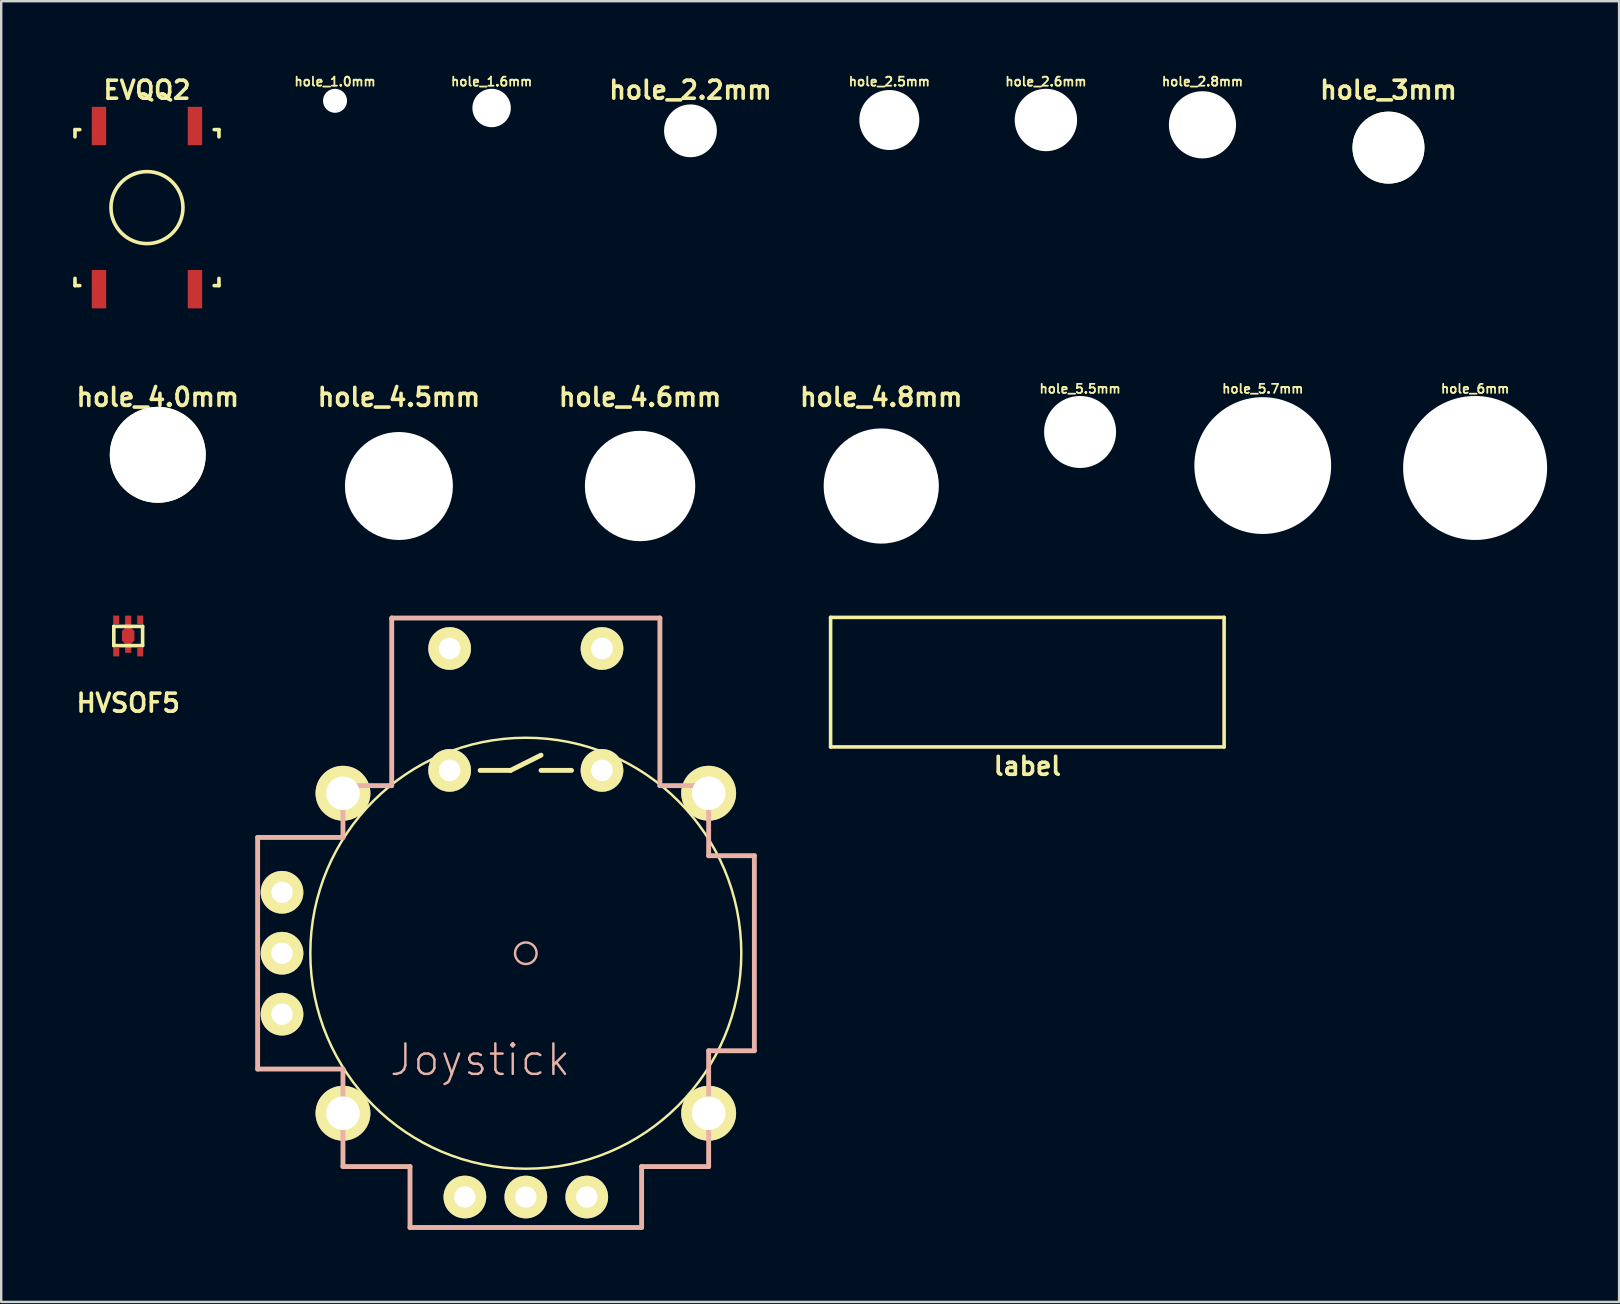
<source format=kicad_pcb>
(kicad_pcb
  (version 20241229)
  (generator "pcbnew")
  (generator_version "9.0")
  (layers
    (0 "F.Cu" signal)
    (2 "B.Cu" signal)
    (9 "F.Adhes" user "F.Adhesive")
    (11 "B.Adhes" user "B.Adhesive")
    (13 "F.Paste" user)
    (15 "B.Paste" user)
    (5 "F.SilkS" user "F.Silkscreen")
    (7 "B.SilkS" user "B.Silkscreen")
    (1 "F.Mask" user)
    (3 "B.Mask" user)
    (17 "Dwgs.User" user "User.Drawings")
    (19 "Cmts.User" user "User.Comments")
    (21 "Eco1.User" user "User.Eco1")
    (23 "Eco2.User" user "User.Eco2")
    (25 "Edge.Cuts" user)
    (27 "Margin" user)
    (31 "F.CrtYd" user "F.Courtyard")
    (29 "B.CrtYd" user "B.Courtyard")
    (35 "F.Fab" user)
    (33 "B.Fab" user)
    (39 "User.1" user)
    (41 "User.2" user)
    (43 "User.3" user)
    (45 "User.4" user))
  (footprint "hole_5.7mm"
    (layer "F.Cu")
    (at 49.575 16.353)
    (property "Reference" "hole_5.7mm" (at 0 -3.2 0) (layer "F.SilkS") (effects (font (size 0.375 0.375) (thickness 0.075))))
    (attr exclude_from_pos_files exclude_from_bom)
    (pad "" np_thru_hole circle (at 0 0) (size 5.7 5.7) (drill 5.7) (layers "*.Cu" "*.Mask")))
  (footprint "hole_1.6mm"
    (layer "F.Cu")
    (at 17.438 1.451)
    (property "Reference" "hole_1.6mm" (at 0 -1.1 0) (layer "F.SilkS") (effects (font (size 0.375 0.375) (thickness 0.075))))
    (attr exclude_from_pos_files exclude_from_bom)
    (pad "" np_thru_hole circle (at 0 0) (size 1.6 1.6) (drill 1.6) (layers "*.Cu" "*.Mask")))
  (footprint "hole_4.0mm"
    (layer "F.Cu")
    (at 3.525 15.904)
    (property "Reference" "hole_4.0mm" (at 0 -2.4 0) (layer "F.SilkS") (effects (font (size 0.75 0.75) (thickness 0.15))))
    (attr exclude_from_pos_files exclude_from_bom)
    (pad "" np_thru_hole circle (at 0 0) (size 4 4) (drill 4) (layers "*.Cu" "*.Mask" "F.SilkS")))
  (footprint "hole_2.5mm"
    (layer "F.Cu")
    (at 34.013 1.951)
    (property "Reference" "hole_2.5mm" (at 0 -1.6 0) (layer "F.SilkS") (effects (font (size 0.375 0.375) (thickness 0.075))))
    (attr exclude_from_pos_files exclude_from_bom)
    (pad "" np_thru_hole circle (at 0 0) (size 2.5 2.5) (drill 2.5) (layers "*.Cu" "*.Mask")))
  (footprint "hole_4.8mm"
    (layer "F.Cu")
    (at 33.675 17.204)
    (property "Reference" "hole_4.8mm" (at 0 -3.7 0) (layer "F.SilkS") (effects (font (size 0.75 0.75) (thickness 0.15))))
    (attr exclude_from_pos_files exclude_from_bom)
    (pad "" np_thru_hole circle (at 0 0) (size 4.8 4.8) (drill 4.8) (layers "*.Cu" "*.Mask")))
  (footprint "hole_2.8mm"
    (layer "F.Cu")
    (at 47.063 2.151)
    (property "Reference" "hole_2.8mm" (at 0 -1.8 0) (layer "F.SilkS") (effects (font (size 0.375 0.375) (thickness 0.075))))
    (attr exclude_from_pos_files exclude_from_bom)
    (pad "" np_thru_hole circle (at 0 0) (size 2.8 2.8) (drill 2.8) (layers "*.Cu" "*.Mask")))
  (footprint "hole_2.6mm"
    (layer "F.Cu")
    (at 40.538 1.951)
    (property "Reference" "hole_2.6mm" (at 0 -1.6 0) (layer "F.SilkS") (effects (font (size 0.375 0.375) (thickness 0.075))))
    (attr exclude_from_pos_files exclude_from_bom)
    (pad "" np_thru_hole circle (at 0 0) (size 2.6 2.6) (drill 2.6) (layers "*.Cu" "*.Mask")))
  (footprint "hole_3mm"
    (layer "F.Cu")
    (at 54.814 3.102)
    (property "Reference" "hole_3mm" (at 0 -2.4 0) (layer "F.SilkS") (effects (font (size 0.75 0.75) (thickness 0.15))))
    (attr exclude_from_pos_files exclude_from_bom)
    (pad "" np_thru_hole circle (at 0 0) (size 3 3) (drill 3) (layers "*.Cu" "*.Mask" "F.SilkS")))
  (footprint "hole_1.0mm"
    (layer "F.Cu")
    (at 10.912 1.151)
    (property "Reference" "hole_1.0mm" (at 0 -0.8 0) (layer "F.SilkS") (effects (font (size 0.375 0.375) (thickness 0.075))))
    (attr exclude_from_pos_files exclude_from_bom)
    (pad "" np_thru_hole circle (at 0 0) (size 1 1) (drill 1) (layers "*.Cu" "*.Mask")))
  (footprint "hole_6mm"
    (layer "F.Cu")
    (at 58.425 16.453)
    (property "Reference" "hole_6mm" (at 0 -3.3 0) (layer "F.SilkS") (effects (font (size 0.375 0.375) (thickness 0.075))))
    (attr exclude_from_pos_files exclude_from_bom)
    (pad "" np_thru_hole circle (at 0 0) (size 6 6) (drill 6) (layers "*.Cu" "*.Mask")))
  (footprint "label"
    (layer "F.Cu")
    (at 39.765 25.379)
    (property "Reference" "label" (at 0 3.5 0) (layer "F.SilkS") (effects (font (size 0.75 0.75) (thickness 0.15))))
    (attr through_hole)
    (fp_line (start -8.2 -2.7) (end -8.2 2.7) (stroke (width 0.15) (type solid)) (layer "F.SilkS"))
    (fp_line (start -8.2 -2.7) (end 8.2 -2.7) (stroke (width 0.15) (type solid)) (layer "F.SilkS"))
    (fp_line (start -8.2 2.7) (end 8.2 2.7) (stroke (width 0.15) (type solid)) (layer "F.SilkS"))
    (fp_line (start 8.2 -2.7) (end 8.2 2.7) (stroke (width 0.15) (type solid)) (layer "F.SilkS")))
  (footprint "hole_4.6mm"
    (layer "F.Cu")
    (at 23.625 17.204)
    (property "Reference" "hole_4.6mm" (at 0 -3.7 0) (layer "F.SilkS") (effects (font (size 0.75 0.75) (thickness 0.15))))
    (attr exclude_from_pos_files exclude_from_bom)
    (pad "" np_thru_hole circle (at 0 0) (size 4.6 4.6) (drill 4.6) (layers "*.Cu" "*.Mask")))
  (footprint "Joystick"
    (layer "F.Cu")
    (at 18.863 36.676)
    (property "Reference" "Joystick" (at -1.905 4.445 0) (layer "B.SilkS") (effects (font (size 1.27 1.27) (thickness 0.102))))
    (attr through_hole)
    (fp_line (start -1.905 -7.62) (end -0.635 -7.62) (stroke (width 0.203) (type solid)) (layer "F.SilkS"))
    (fp_line (start -0.635 -7.62) (end 0.635 -8.255) (stroke (width 0.203) (type solid)) (layer "F.SilkS"))
    (fp_line (start 0.635 -7.62) (end 1.905 -7.62) (stroke (width 0.203) (type solid)) (layer "F.SilkS"))
    (fp_circle (center 0 0) (end -6.35 6.35) (stroke (width 0.102) (type solid)) (fill no) (layer "F.SilkS"))
    (fp_line (start -11.176 -4.826) (end -11.176 4.826) (stroke (width 0.203) (type solid)) (layer "B.SilkS"))
    (fp_line (start -7.62 -4.826) (end -11.176 -4.826) (stroke (width 0.203) (type solid)) (layer "B.SilkS"))
    (fp_line (start -7.62 -4.826) (end -7.62 -6.985) (stroke (width 0.203) (type solid)) (layer "B.SilkS"))
    (fp_line (start -7.62 4.826) (end -11.176 4.826) (stroke (width 0.203) (type solid)) (layer "B.SilkS"))
    (fp_line (start -7.62 4.826) (end -7.62 8.89) (stroke (width 0.203) (type solid)) (layer "B.SilkS"))
    (fp_line (start -5.588 -13.97) (end -5.588 -6.985) (stroke (width 0.203) (type solid)) (layer "B.SilkS"))
    (fp_line (start -5.588 -6.985) (end -7.62 -6.985) (stroke (width 0.203) (type solid)) (layer "B.SilkS"))
    (fp_line (start -4.826 8.89) (end -7.62 8.89) (stroke (width 0.203) (type solid)) (layer "B.SilkS"))
    (fp_line (start -4.826 11.43) (end -4.826 8.89) (stroke (width 0.203) (type solid)) (layer "B.SilkS"))
    (fp_line (start 4.826 8.89) (end 7.62 8.89) (stroke (width 0.203) (type solid)) (layer "B.SilkS"))
    (fp_line (start 4.826 11.43) (end -4.826 11.43) (stroke (width 0.203) (type solid)) (layer "B.SilkS"))
    (fp_line (start 4.826 11.43) (end 4.826 8.89) (stroke (width 0.203) (type solid)) (layer "B.SilkS"))
    (fp_line (start 5.588 -13.97) (end -5.588 -13.97) (stroke (width 0.203) (type solid)) (layer "B.SilkS"))
    (fp_line (start 5.588 -13.97) (end 5.588 -6.985) (stroke (width 0.203) (type solid)) (layer "B.SilkS"))
    (fp_line (start 7.62 -6.985) (end 5.588 -6.985) (stroke (width 0.203) (type solid)) (layer "B.SilkS"))
    (fp_line (start 7.62 -4.064) (end 7.62 -6.985) (stroke (width 0.203) (type solid)) (layer "B.SilkS"))
    (fp_line (start 7.62 -4.064) (end 9.525 -4.064) (stroke (width 0.203) (type solid)) (layer "B.SilkS"))
    (fp_line (start 7.62 4.064) (end 7.62 8.89) (stroke (width 0.203) (type solid)) (layer "B.SilkS"))
    (fp_line (start 7.62 4.064) (end 9.525 4.064) (stroke (width 0.203) (type solid)) (layer "B.SilkS"))
    (fp_line (start 9.525 -4.064) (end 9.525 4.064) (stroke (width 0.203) (type solid)) (layer "B.SilkS"))
    (fp_circle (center 0 0) (end -0.318 0.318) (stroke (width 0.102) (type solid)) (fill no) (layer "B.SilkS"))
    (pad "B1A" thru_hole circle (at -3.175 -12.7) (size 1.778 1.778) (drill 0.899) (layers "*.Cu" "F.Mask" "F.SilkS" "F.Paste"))
    (pad "B1B" thru_hole circle (at 3.175 -12.7) (size 1.778 1.778) (drill 0.899) (layers "*.Cu" "F.Mask" "F.SilkS" "F.Paste"))
    (pad "B2A" thru_hole circle (at -3.175 -7.62) (size 1.778 1.778) (drill 0.899) (layers "*.Cu" "F.Mask" "F.SilkS" "F.Paste"))
    (pad "B2B" thru_hole circle (at 3.175 -7.62) (size 1.778 1.778) (drill 0.899) (layers "*.Cu" "F.Mask" "F.SilkS" "F.Paste"))
    (pad "H1" thru_hole circle (at -2.54 10.16) (size 1.778 1.778) (drill 0.889) (layers "*.Cu" "F.Mask" "F.SilkS" "F.Paste"))
    (pad "H2" thru_hole circle (at 0 10.16) (size 1.778 1.778) (drill 0.889) (layers "*.Cu" "F.Mask" "F.SilkS" "F.Paste"))
    (pad "H3" thru_hole circle (at 2.54 10.16) (size 1.778 1.778) (drill 0.889) (layers "*.Cu" "F.Mask" "F.SilkS" "F.Paste"))
    (pad "MOUN" thru_hole circle (at -7.62 -6.668) (size 2.286 2.286) (drill 1.397) (layers "*.Cu" "F.Mask" "F.SilkS" "F.Paste"))
    (pad "MOUN" thru_hole circle (at -7.62 6.668) (size 2.286 2.286) (drill 1.397) (layers "*.Cu" "F.Mask" "F.SilkS" "F.Paste"))
    (pad "MOUN" thru_hole circle (at 7.62 -6.668) (size 2.286 2.286) (drill 1.397) (layers "*.Cu" "F.Mask" "F.SilkS" "F.Paste"))
    (pad "MOUN" thru_hole circle (at 7.62 6.668) (size 2.286 2.286) (drill 1.397) (layers "*.Cu" "F.Mask" "F.SilkS" "F.Paste"))
    (pad "V1" thru_hole circle (at -10.16 -2.54) (size 1.778 1.778) (drill 0.889) (layers "*.Cu" "F.Mask" "F.SilkS" "F.Paste"))
    (pad "V2" thru_hole circle (at -10.16 0) (size 1.778 1.778) (drill 0.889) (layers "*.Cu" "F.Mask" "F.SilkS" "F.Paste"))
    (pad "V3" thru_hole circle (at -10.16 2.54) (size 1.778 1.778) (drill 0.889) (layers "*.Cu" "F.Mask" "F.SilkS" "F.Paste")))
  (footprint "hole_4.5mm"
    (layer "F.Cu")
    (at 13.575 17.204)
    (property "Reference" "hole_4.5mm" (at 0 -3.7 0) (layer "F.SilkS") (effects (font (size 0.75 0.75) (thickness 0.15))))
    (attr exclude_from_pos_files exclude_from_bom)
    (pad "" np_thru_hole circle (at 0 0) (size 4.5 4.5) (drill 4.5) (layers "*.Cu" "*.Mask")))
  (footprint "hole_2.2mm"
    (layer "F.Cu")
    (at 25.725 2.402)
    (property "Reference" "hole_2.2mm" (at 0 -1.7 0) (layer "F.SilkS") (effects (font (size 0.75 0.75) (thickness 0.15))))
    (attr exclude_from_pos_files exclude_from_bom)
    (pad "" np_thru_hole circle (at 0 0) (size 2.2 2.2) (drill 2.2) (layers "*.Cu" "*.Mask")))
  (footprint "HVSOF5"
    (layer "F.Cu")
    (at 2.293 23.454)
    (property "Reference" "HVSOF5" (at 0 2.794 0) (layer "F.SilkS") (effects (font (size 0.75 0.75) (thickness 0.15))))
    (attr smd)
    (fp_line (start -0.6 -0.4) (end -0.6 0.4) (stroke (width 0.15) (type solid)) (layer "F.SilkS"))
    (fp_line (start -0.6 0.4) (end 0.6 0.4) (stroke (width 0.15) (type solid)) (layer "F.SilkS"))
    (fp_line (start 0.6 -0.4) (end -0.6 -0.4) (stroke (width 0.15) (type solid)) (layer "F.SilkS"))
    (fp_line (start 0.6 -0.4) (end 0.6 0.4) (stroke (width 0.15) (type solid)) (layer "F.SilkS"))
    (pad "1" smd rect (at 0.5 -0.675 180) (size 0.25 0.35) (layers "F.Cu" "F.Mask" "F.Paste"))
    (pad "2" smd custom (at 0 0) (size 0.25 0.35) (layers "F.Cu" "F.Mask" "F.Paste") (options (anchor rect)) (primitives (gr_poly (pts (xy 0 -0.85) (xy -0.13 -0.85) (xy -0.13 -0.33) (xy -0.26 -0.21) (xy -0.26 0.19) (xy -0.13 0.32) (xy -0.13 0.7) (xy 0.13 0.7) (xy 0.13 0.32) (xy 0.26 0.19) (xy 0.26 -0.21) (xy 0.13 -0.33) (xy 0.13 -0.85)) (width 0) (fill yes))))
    (pad "3" smd rect (at -0.5 -0.675 180) (size 0.25 0.35) (layers "F.Cu" "F.Mask" "F.Paste"))
    (pad "4" smd rect (at -0.5 0.675) (size 0.25 0.35) (layers "F.Cu" "F.Mask" "F.Paste"))
    (pad "5" smd rect (at 0.5 0.675) (size 0.25 0.35) (layers "F.Cu" "F.Mask" "F.Paste")))
  (footprint "EVQQ2"
    (layer "F.Cu")
    (at 3.075 5.602)
    (property "Reference" "EVQQ2" (at 0 -4.9 0) (layer "F.SilkS") (effects (font (size 0.75 0.75) (thickness 0.15))))
    (attr smd)
    (fp_line (start -3 -3.25) (end -2.8 -3.25) (stroke (width 0.15) (type solid)) (layer "F.SilkS"))
    (fp_line (start -3 -2.95) (end -3 -3.25) (stroke (width 0.15) (type solid)) (layer "F.SilkS"))
    (fp_line (start -3 2.95) (end -3 3.25) (stroke (width 0.15) (type solid)) (layer "F.SilkS"))
    (fp_line (start -3 3.25) (end -2.8 3.25) (stroke (width 0.15) (type solid)) (layer "F.SilkS"))
    (fp_line (start 3 -3.25) (end 2.8 -3.25) (stroke (width 0.15) (type solid)) (layer "F.SilkS"))
    (fp_line (start 3 -2.95) (end 3 -3.25) (stroke (width 0.15) (type solid)) (layer "F.SilkS"))
    (fp_line (start 3 2.95) (end 3 3.25) (stroke (width 0.15) (type solid)) (layer "F.SilkS"))
    (fp_line (start 3 3.25) (end 2.8 3.25) (stroke (width 0.15) (type solid)) (layer "F.SilkS"))
    (fp_circle (center 0 0) (end 1.5 0) (stroke (width 0.15) (type solid)) (fill no) (layer "F.SilkS"))
    (pad "1" smd rect (at -2 -3.4) (size 0.6 1.6) (layers "F.Cu" "F.Mask" "F.Paste"))
    (pad "1" smd rect (at -2 3.4) (size 0.6 1.6) (layers "F.Cu" "F.Mask" "F.Paste"))
    (pad "2" smd rect (at 2 -3.4) (size 0.6 1.6) (layers "F.Cu" "F.Mask" "F.Paste"))
    (pad "2" smd rect (at 2 3.4) (size 0.6 1.6) (layers "F.Cu" "F.Mask" "F.Paste")))
  (footprint "hole_5.5mm"
    (layer "F.Cu")
    (at 41.962 14.953)
    (property "Reference" "hole_5.5mm" (at 0 -1.8 0) (layer "F.SilkS") (effects (font (size 0.375 0.375) (thickness 0.075))))
    (attr exclude_from_pos_files exclude_from_bom)
    (pad "" np_thru_hole circle (at 0 0) (size 3 3) (drill 3) (layers "*.Cu" "*.Mask")))
  (gr_rect
    (start -3 -3)
    (end 64.425 51.207)
    (stroke (width 0.1) (type default))
    (fill no)
    (layer "Edge.Cuts")))
</source>
